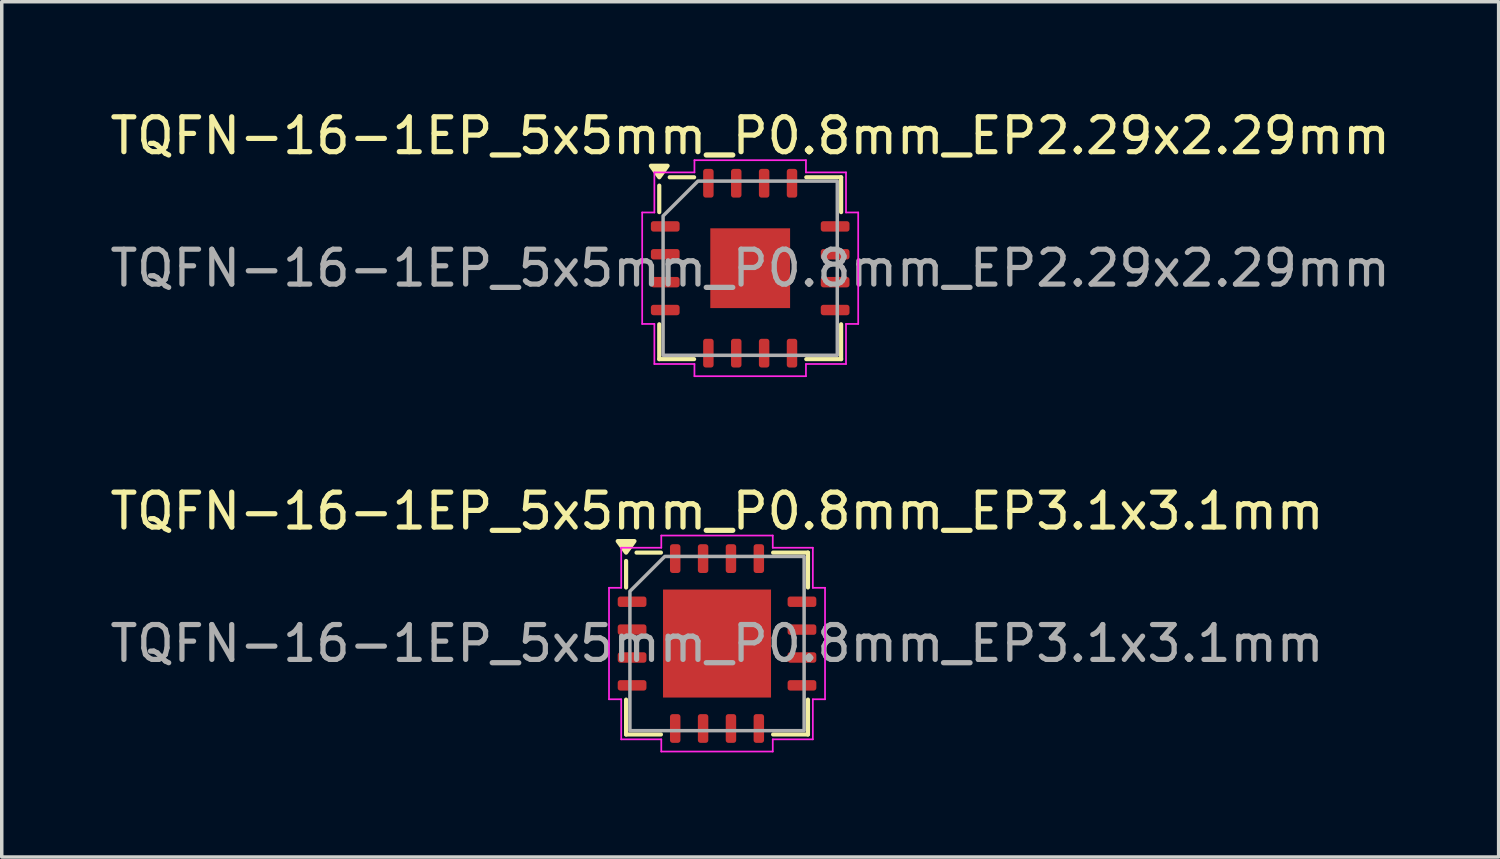
<source format=kicad_pcb>
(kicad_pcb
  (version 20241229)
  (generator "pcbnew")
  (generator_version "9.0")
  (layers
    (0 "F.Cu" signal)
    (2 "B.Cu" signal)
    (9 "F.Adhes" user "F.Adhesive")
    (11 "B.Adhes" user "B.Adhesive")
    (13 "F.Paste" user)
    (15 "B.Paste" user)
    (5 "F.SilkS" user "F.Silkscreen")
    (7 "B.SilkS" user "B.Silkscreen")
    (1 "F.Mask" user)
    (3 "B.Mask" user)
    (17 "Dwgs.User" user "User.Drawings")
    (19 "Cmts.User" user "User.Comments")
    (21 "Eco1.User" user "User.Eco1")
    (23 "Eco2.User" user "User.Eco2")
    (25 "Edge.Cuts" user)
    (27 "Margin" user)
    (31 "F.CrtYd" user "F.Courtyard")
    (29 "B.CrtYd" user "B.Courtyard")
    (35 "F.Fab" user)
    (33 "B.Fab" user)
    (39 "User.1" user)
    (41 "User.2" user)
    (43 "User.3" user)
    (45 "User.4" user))
  (footprint "TQFN-16-1EP_5x5mm_P0.8mm_EP2.29x2.29mm"
    (layer "F.Cu")
    (at 18.482 4.648)
    (property "Reference" "TQFN-16-1EP_5x5mm_P0.8mm_EP2.29x2.29mm" (at 0 -3.8 0) (layer "F.SilkS") (effects (font (size 1 1) (thickness 0.15))))
    (attr smd)
    (fp_line (start -2.61 -1.61) (end -2.61 -2.37) (stroke (width 0.12) (type solid)) (layer "F.SilkS"))
    (fp_line (start -2.61 2.61) (end -2.61 1.61) (stroke (width 0.12) (type solid)) (layer "F.SilkS"))
    (fp_line (start -1.61 -2.61) (end -2.31 -2.61) (stroke (width 0.12) (type solid)) (layer "F.SilkS"))
    (fp_line (start -1.61 2.61) (end -2.61 2.61) (stroke (width 0.12) (type solid)) (layer "F.SilkS"))
    (fp_line (start 1.61 -2.61) (end 2.61 -2.61) (stroke (width 0.12) (type solid)) (layer "F.SilkS"))
    (fp_line (start 1.61 2.61) (end 2.61 2.61) (stroke (width 0.12) (type solid)) (layer "F.SilkS"))
    (fp_line (start 2.61 -2.61) (end 2.61 -1.61) (stroke (width 0.12) (type solid)) (layer "F.SilkS"))
    (fp_line (start 2.61 2.61) (end 2.61 1.61) (stroke (width 0.12) (type solid)) (layer "F.SilkS"))
    (fp_poly (pts (xy -2.61 -2.61) (xy -2.85 -2.94) (xy -2.37 -2.94)) (stroke (width 0.12) (type solid)) (fill yes) (layer "F.SilkS"))
    (fp_line (start -3.1 -1.6) (end -2.75 -1.6) (stroke (width 0.05) (type solid)) (layer "F.CrtYd"))
    (fp_line (start -3.1 1.6) (end -3.1 -1.6) (stroke (width 0.05) (type solid)) (layer "F.CrtYd"))
    (fp_line (start -2.75 -2.75) (end -1.6 -2.75) (stroke (width 0.05) (type solid)) (layer "F.CrtYd"))
    (fp_line (start -2.75 -1.6) (end -2.75 -2.75) (stroke (width 0.05) (type solid)) (layer "F.CrtYd"))
    (fp_line (start -2.75 1.6) (end -3.1 1.6) (stroke (width 0.05) (type solid)) (layer "F.CrtYd"))
    (fp_line (start -2.75 2.75) (end -2.75 1.6) (stroke (width 0.05) (type solid)) (layer "F.CrtYd"))
    (fp_line (start -1.6 -3.1) (end 1.6 -3.1) (stroke (width 0.05) (type solid)) (layer "F.CrtYd"))
    (fp_line (start -1.6 -2.75) (end -1.6 -3.1) (stroke (width 0.05) (type solid)) (layer "F.CrtYd"))
    (fp_line (start -1.6 2.75) (end -2.75 2.75) (stroke (width 0.05) (type solid)) (layer "F.CrtYd"))
    (fp_line (start -1.6 3.1) (end -1.6 2.75) (stroke (width 0.05) (type solid)) (layer "F.CrtYd"))
    (fp_line (start 1.6 -3.1) (end 1.6 -2.75) (stroke (width 0.05) (type solid)) (layer "F.CrtYd"))
    (fp_line (start 1.6 -2.75) (end 2.75 -2.75) (stroke (width 0.05) (type solid)) (layer "F.CrtYd"))
    (fp_line (start 1.6 2.75) (end 1.6 3.1) (stroke (width 0.05) (type solid)) (layer "F.CrtYd"))
    (fp_line (start 1.6 3.1) (end -1.6 3.1) (stroke (width 0.05) (type solid)) (layer "F.CrtYd"))
    (fp_line (start 2.75 -2.75) (end 2.75 -1.6) (stroke (width 0.05) (type solid)) (layer "F.CrtYd"))
    (fp_line (start 2.75 -1.6) (end 3.1 -1.6) (stroke (width 0.05) (type solid)) (layer "F.CrtYd"))
    (fp_line (start 2.75 1.6) (end 2.75 2.75) (stroke (width 0.05) (type solid)) (layer "F.CrtYd"))
    (fp_line (start 2.75 2.75) (end 1.6 2.75) (stroke (width 0.05) (type solid)) (layer "F.CrtYd"))
    (fp_line (start 3.1 -1.6) (end 3.1 1.6) (stroke (width 0.05) (type solid)) (layer "F.CrtYd"))
    (fp_line (start 3.1 1.6) (end 2.75 1.6) (stroke (width 0.05) (type solid)) (layer "F.CrtYd"))
    (fp_poly (pts (xy -2.5 -1.5) (xy -2.5 2.5) (xy 2.5 2.5) (xy 2.5 -2.5) (xy -1.5 -2.5)) (stroke (width 0.1) (type solid)) (fill no) (layer "F.Fab"))
    (fp_text user "${REFERENCE}" (at 0 0 0) (layer "F.Fab") (effects (font (size 1 1) (thickness 0.15))))
    (pad "" smd roundrect (at -0.57 -0.57) (size 0.92 0.92) (layers "F.Paste") (roundrect_rratio 0.25))
    (pad "" smd roundrect (at -0.57 0.57) (size 0.92 0.92) (layers "F.Paste") (roundrect_rratio 0.25))
    (pad "" smd roundrect (at 0.57 -0.57) (size 0.92 0.92) (layers "F.Paste") (roundrect_rratio 0.25))
    (pad "" smd roundrect (at 0.57 0.57) (size 0.92 0.92) (layers "F.Paste") (roundrect_rratio 0.25))
    (pad "1" smd roundrect (at -2.438 -1.2) (size 0.825 0.3) (layers "F.Cu" "F.Mask" "F.Paste") (roundrect_rratio 0.25))
    (pad "2" smd roundrect (at -2.438 -0.4) (size 0.825 0.3) (layers "F.Cu" "F.Mask" "F.Paste") (roundrect_rratio 0.25))
    (pad "3" smd roundrect (at -2.438 0.4) (size 0.825 0.3) (layers "F.Cu" "F.Mask" "F.Paste") (roundrect_rratio 0.25))
    (pad "4" smd roundrect (at -2.438 1.2) (size 0.825 0.3) (layers "F.Cu" "F.Mask" "F.Paste") (roundrect_rratio 0.25))
    (pad "5" smd roundrect (at -1.2 2.438) (size 0.3 0.825) (layers "F.Cu" "F.Mask" "F.Paste") (roundrect_rratio 0.25))
    (pad "6" smd roundrect (at -0.4 2.438) (size 0.3 0.825) (layers "F.Cu" "F.Mask" "F.Paste") (roundrect_rratio 0.25))
    (pad "7" smd roundrect (at 0.4 2.438) (size 0.3 0.825) (layers "F.Cu" "F.Mask" "F.Paste") (roundrect_rratio 0.25))
    (pad "8" smd roundrect (at 1.2 2.438) (size 0.3 0.825) (layers "F.Cu" "F.Mask" "F.Paste") (roundrect_rratio 0.25))
    (pad "9" smd roundrect (at 2.438 1.2) (size 0.825 0.3) (layers "F.Cu" "F.Mask" "F.Paste") (roundrect_rratio 0.25))
    (pad "10" smd roundrect (at 2.438 0.4) (size 0.825 0.3) (layers "F.Cu" "F.Mask" "F.Paste") (roundrect_rratio 0.25))
    (pad "11" smd roundrect (at 2.438 -0.4) (size 0.825 0.3) (layers "F.Cu" "F.Mask" "F.Paste") (roundrect_rratio 0.25))
    (pad "12" smd roundrect (at 2.438 -1.2) (size 0.825 0.3) (layers "F.Cu" "F.Mask" "F.Paste") (roundrect_rratio 0.25))
    (pad "13" smd roundrect (at 1.2 -2.438) (size 0.3 0.825) (layers "F.Cu" "F.Mask" "F.Paste") (roundrect_rratio 0.25))
    (pad "14" smd roundrect (at 0.4 -2.438) (size 0.3 0.825) (layers "F.Cu" "F.Mask" "F.Paste") (roundrect_rratio 0.25))
    (pad "15" smd roundrect (at -0.4 -2.438) (size 0.3 0.825) (layers "F.Cu" "F.Mask" "F.Paste") (roundrect_rratio 0.25))
    (pad "16" smd roundrect (at -1.2 -2.438) (size 0.3 0.825) (layers "F.Cu" "F.Mask" "F.Paste") (roundrect_rratio 0.25))
    (pad "17" smd rect (at 0 0) (size 2.29 2.29) (property pad_prop_heatsink) (layers "F.Cu" "F.Mask")))
  (footprint "TQFN-16-1EP_5x5mm_P0.8mm_EP3.1x3.1mm"
    (layer "F.Cu")
    (at 17.53 15.421)
    (property "Reference" "TQFN-16-1EP_5x5mm_P0.8mm_EP3.1x3.1mm" (at 0 -3.8 0) (layer "F.SilkS") (effects (font (size 1 1) (thickness 0.15))))
    (attr smd)
    (fp_line (start -2.61 -1.61) (end -2.61 -2.37) (stroke (width 0.12) (type solid)) (layer "F.SilkS"))
    (fp_line (start -2.61 2.61) (end -2.61 1.61) (stroke (width 0.12) (type solid)) (layer "F.SilkS"))
    (fp_line (start -1.61 -2.61) (end -2.31 -2.61) (stroke (width 0.12) (type solid)) (layer "F.SilkS"))
    (fp_line (start -1.61 2.61) (end -2.61 2.61) (stroke (width 0.12) (type solid)) (layer "F.SilkS"))
    (fp_line (start 1.61 -2.61) (end 2.61 -2.61) (stroke (width 0.12) (type solid)) (layer "F.SilkS"))
    (fp_line (start 1.61 2.61) (end 2.61 2.61) (stroke (width 0.12) (type solid)) (layer "F.SilkS"))
    (fp_line (start 2.61 -2.61) (end 2.61 -1.61) (stroke (width 0.12) (type solid)) (layer "F.SilkS"))
    (fp_line (start 2.61 2.61) (end 2.61 1.61) (stroke (width 0.12) (type solid)) (layer "F.SilkS"))
    (fp_poly (pts (xy -2.61 -2.61) (xy -2.85 -2.94) (xy -2.37 -2.94)) (stroke (width 0.12) (type solid)) (fill yes) (layer "F.SilkS"))
    (fp_line (start -3.1 -1.6) (end -2.75 -1.6) (stroke (width 0.05) (type solid)) (layer "F.CrtYd"))
    (fp_line (start -3.1 1.6) (end -3.1 -1.6) (stroke (width 0.05) (type solid)) (layer "F.CrtYd"))
    (fp_line (start -2.75 -2.75) (end -1.6 -2.75) (stroke (width 0.05) (type solid)) (layer "F.CrtYd"))
    (fp_line (start -2.75 -1.6) (end -2.75 -2.75) (stroke (width 0.05) (type solid)) (layer "F.CrtYd"))
    (fp_line (start -2.75 1.6) (end -3.1 1.6) (stroke (width 0.05) (type solid)) (layer "F.CrtYd"))
    (fp_line (start -2.75 2.75) (end -2.75 1.6) (stroke (width 0.05) (type solid)) (layer "F.CrtYd"))
    (fp_line (start -1.6 -3.1) (end 1.6 -3.1) (stroke (width 0.05) (type solid)) (layer "F.CrtYd"))
    (fp_line (start -1.6 -2.75) (end -1.6 -3.1) (stroke (width 0.05) (type solid)) (layer "F.CrtYd"))
    (fp_line (start -1.6 2.75) (end -2.75 2.75) (stroke (width 0.05) (type solid)) (layer "F.CrtYd"))
    (fp_line (start -1.6 3.1) (end -1.6 2.75) (stroke (width 0.05) (type solid)) (layer "F.CrtYd"))
    (fp_line (start 1.6 -3.1) (end 1.6 -2.75) (stroke (width 0.05) (type solid)) (layer "F.CrtYd"))
    (fp_line (start 1.6 -2.75) (end 2.75 -2.75) (stroke (width 0.05) (type solid)) (layer "F.CrtYd"))
    (fp_line (start 1.6 2.75) (end 1.6 3.1) (stroke (width 0.05) (type solid)) (layer "F.CrtYd"))
    (fp_line (start 1.6 3.1) (end -1.6 3.1) (stroke (width 0.05) (type solid)) (layer "F.CrtYd"))
    (fp_line (start 2.75 -2.75) (end 2.75 -1.6) (stroke (width 0.05) (type solid)) (layer "F.CrtYd"))
    (fp_line (start 2.75 -1.6) (end 3.1 -1.6) (stroke (width 0.05) (type solid)) (layer "F.CrtYd"))
    (fp_line (start 2.75 1.6) (end 2.75 2.75) (stroke (width 0.05) (type solid)) (layer "F.CrtYd"))
    (fp_line (start 2.75 2.75) (end 1.6 2.75) (stroke (width 0.05) (type solid)) (layer "F.CrtYd"))
    (fp_line (start 3.1 -1.6) (end 3.1 1.6) (stroke (width 0.05) (type solid)) (layer "F.CrtYd"))
    (fp_line (start 3.1 1.6) (end 2.75 1.6) (stroke (width 0.05) (type solid)) (layer "F.CrtYd"))
    (fp_poly (pts (xy -2.5 -1.5) (xy -2.5 2.5) (xy 2.5 2.5) (xy 2.5 -2.5) (xy -1.5 -2.5)) (stroke (width 0.1) (type solid)) (fill no) (layer "F.Fab"))
    (fp_text user "${REFERENCE}" (at 0 0 0) (layer "F.Fab") (effects (font (size 1 1) (thickness 0.15))))
    (pad "" smd roundrect (at -0.775 -0.775) (size 1.25 1.25) (layers "F.Paste") (roundrect_rratio 0.2))
    (pad "" smd roundrect (at -0.775 0.775) (size 1.25 1.25) (layers "F.Paste") (roundrect_rratio 0.2))
    (pad "" smd roundrect (at 0.775 -0.775) (size 1.25 1.25) (layers "F.Paste") (roundrect_rratio 0.2))
    (pad "" smd roundrect (at 0.775 0.775) (size 1.25 1.25) (layers "F.Paste") (roundrect_rratio 0.2))
    (pad "1" smd roundrect (at -2.438 -1.2) (size 0.825 0.3) (layers "F.Cu" "F.Mask" "F.Paste") (roundrect_rratio 0.25))
    (pad "2" smd roundrect (at -2.438 -0.4) (size 0.825 0.3) (layers "F.Cu" "F.Mask" "F.Paste") (roundrect_rratio 0.25))
    (pad "3" smd roundrect (at -2.438 0.4) (size 0.825 0.3) (layers "F.Cu" "F.Mask" "F.Paste") (roundrect_rratio 0.25))
    (pad "4" smd roundrect (at -2.438 1.2) (size 0.825 0.3) (layers "F.Cu" "F.Mask" "F.Paste") (roundrect_rratio 0.25))
    (pad "5" smd roundrect (at -1.2 2.438) (size 0.3 0.825) (layers "F.Cu" "F.Mask" "F.Paste") (roundrect_rratio 0.25))
    (pad "6" smd roundrect (at -0.4 2.438) (size 0.3 0.825) (layers "F.Cu" "F.Mask" "F.Paste") (roundrect_rratio 0.25))
    (pad "7" smd roundrect (at 0.4 2.438) (size 0.3 0.825) (layers "F.Cu" "F.Mask" "F.Paste") (roundrect_rratio 0.25))
    (pad "8" smd roundrect (at 1.2 2.438) (size 0.3 0.825) (layers "F.Cu" "F.Mask" "F.Paste") (roundrect_rratio 0.25))
    (pad "9" smd roundrect (at 2.438 1.2) (size 0.825 0.3) (layers "F.Cu" "F.Mask" "F.Paste") (roundrect_rratio 0.25))
    (pad "10" smd roundrect (at 2.438 0.4) (size 0.825 0.3) (layers "F.Cu" "F.Mask" "F.Paste") (roundrect_rratio 0.25))
    (pad "11" smd roundrect (at 2.438 -0.4) (size 0.825 0.3) (layers "F.Cu" "F.Mask" "F.Paste") (roundrect_rratio 0.25))
    (pad "12" smd roundrect (at 2.438 -1.2) (size 0.825 0.3) (layers "F.Cu" "F.Mask" "F.Paste") (roundrect_rratio 0.25))
    (pad "13" smd roundrect (at 1.2 -2.438) (size 0.3 0.825) (layers "F.Cu" "F.Mask" "F.Paste") (roundrect_rratio 0.25))
    (pad "14" smd roundrect (at 0.4 -2.438) (size 0.3 0.825) (layers "F.Cu" "F.Mask" "F.Paste") (roundrect_rratio 0.25))
    (pad "15" smd roundrect (at -0.4 -2.438) (size 0.3 0.825) (layers "F.Cu" "F.Mask" "F.Paste") (roundrect_rratio 0.25))
    (pad "16" smd roundrect (at -1.2 -2.438) (size 0.3 0.825) (layers "F.Cu" "F.Mask" "F.Paste") (roundrect_rratio 0.25))
    (pad "17" smd rect (at 0 0) (size 3.1 3.1) (property pad_prop_heatsink) (layers "F.Cu" "F.Mask")))
  (gr_rect
    (start -3 -3)
    (end 39.964 21.547)
    (stroke (width 0.1) (type default))
    (fill no)
    (layer "Edge.Cuts")))
</source>
